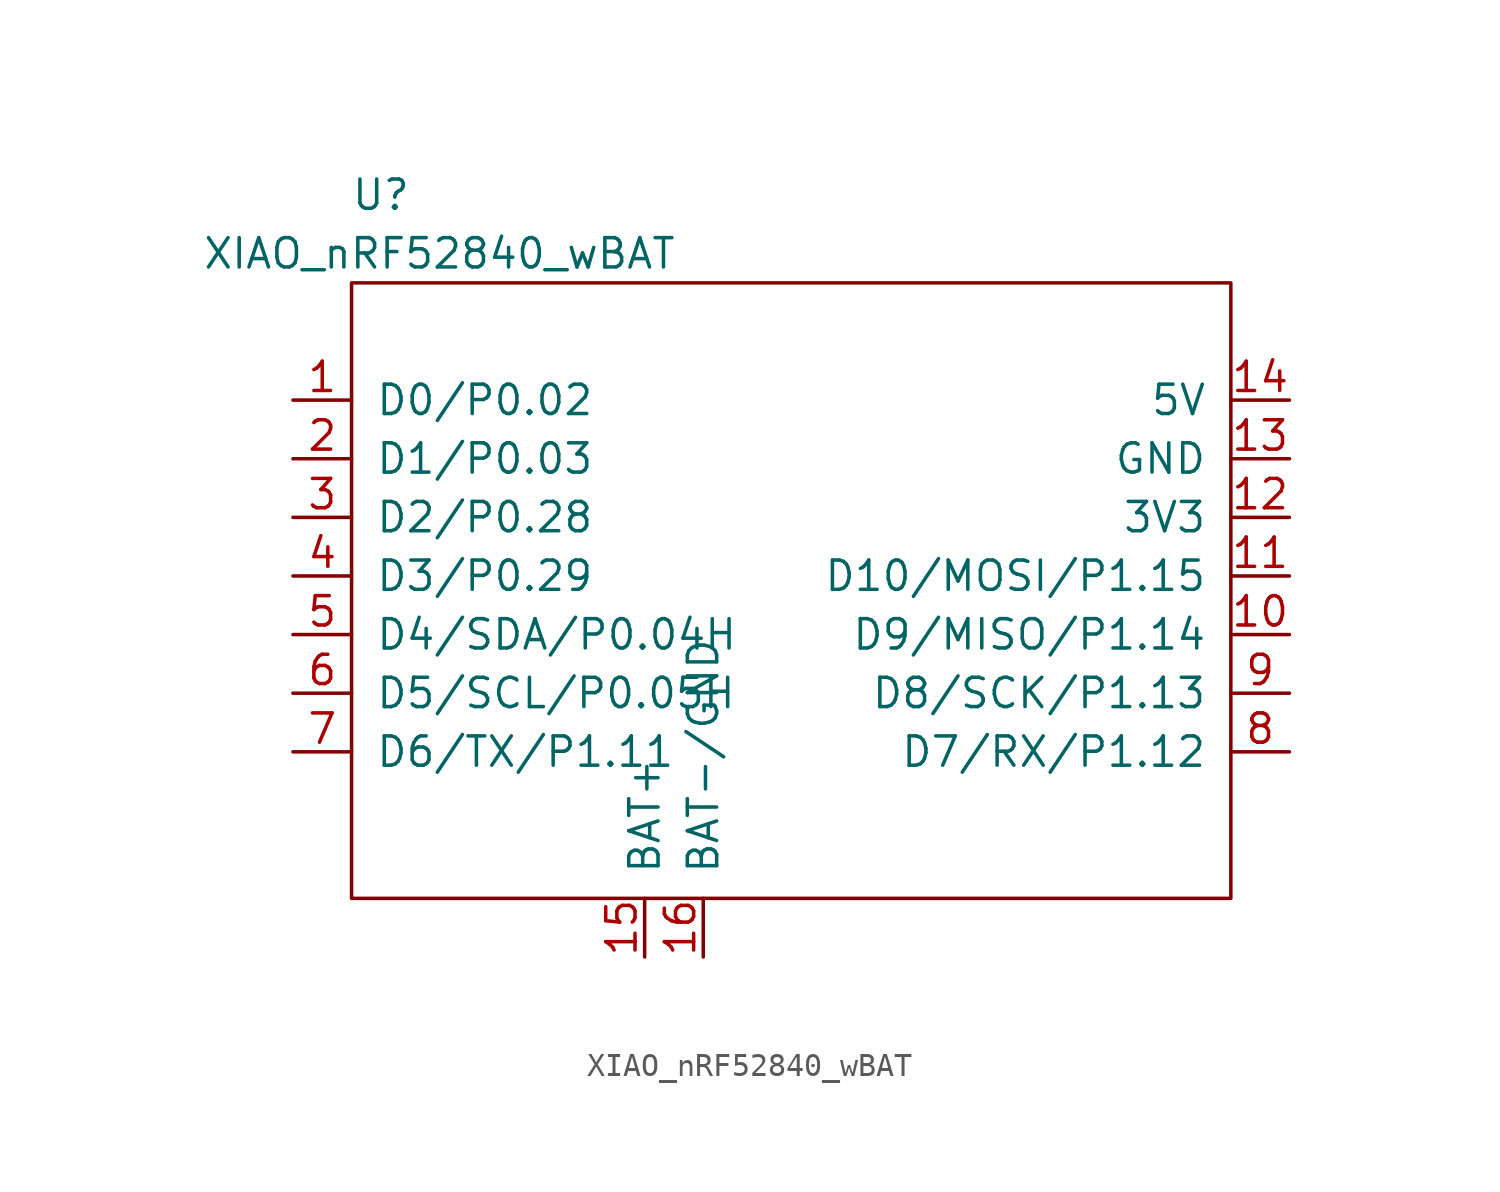
<source format=kicad_sym>
(kicad_symbol_lib
  (version 20220914)
  (generator kicad_symbol_editor)
  (symbol "XIAO_nRF52840_wBAT"
    (pin_names
      (offset 1.016))
    (property "Reference" "U"
      (at -17.78 16.51 0)
      (effects (font (size 1.27 1.27))))
    (property "Value" "XIAO_nRF52840_wBAT"
      (at -15.24 13.97 0)
      (effects (font (size 1.27 1.27))))
    (symbol "XIAO_nRF52840_wBAT_0_1"
      (rectangle (start -19.05 12.7) (end 19.05 -13.97) (stroke (width 0) (type default)) (fill (type none))))
    (symbol "XIAO_nRF52840_wBAT_1_1"
      (pin bidirectional line (at -21.59 7.62 0) (length 2.54) (name "D0/P0.02" (effects (font (size 1.27 1.27)))) (number "1" (effects (font (size 1.27 1.27)))))
      (pin bidirectional line (at 21.59 -2.54 180) (length 2.54) (name "D9/MISO/P1.14" (effects (font (size 1.27 1.27)))) (number "10" (effects (font (size 1.27 1.27)))))
      (pin bidirectional line (at 21.59 0 180) (length 2.54) (name "D10/MOSI/P1.15" (effects (font (size 1.27 1.27)))) (number "11" (effects (font (size 1.27 1.27)))))
      (pin power_in line (at 21.59 2.54 180) (length 2.54) (name "3V3" (effects (font (size 1.27 1.27)))) (number "12" (effects (font (size 1.27 1.27)))))
      (pin power_in line (at 21.59 5.08 180) (length 2.54) (name "GND" (effects (font (size 1.27 1.27)))) (number "13" (effects (font (size 1.27 1.27)))))
      (pin power_in line (at 21.59 7.62 180) (length 2.54) (name "5V" (effects (font (size 1.27 1.27)))) (number "14" (effects (font (size 1.27 1.27)))))
      (pin input line (at -6.35 -16.51 90) (length 2.54) (name "BAT+" (effects (font (size 1.27 1.27)))) (number "15" (effects (font (size 1.27 1.27)))))
      (pin input line (at -3.81 -16.51 90) (length 2.54) (name "BAT-/GND" (effects (font (size 1.27 1.27)))) (number "16" (effects (font (size 1.27 1.27)))))
      (pin bidirectional line (at -21.59 5.08 0) (length 2.54) (name "D1/P0.03" (effects (font (size 1.27 1.27)))) (number "2" (effects (font (size 1.27 1.27)))))
      (pin bidirectional line (at -21.59 2.54 0) (length 2.54) (name "D2/P0.28" (effects (font (size 1.27 1.27)))) (number "3" (effects (font (size 1.27 1.27)))))
      (pin bidirectional line (at -21.59 0 0) (length 2.54) (name "D3/P0.29" (effects (font (size 1.27 1.27)))) (number "4" (effects (font (size 1.27 1.27)))))
      (pin bidirectional line (at -21.59 -2.54 0) (length 2.54) (name "D4/SDA/P0.04H" (effects (font (size 1.27 1.27)))) (number "5" (effects (font (size 1.27 1.27)))))
      (pin bidirectional line (at -21.59 -5.08 0) (length 2.54) (name "D5/SCL/P0.05H" (effects (font (size 1.27 1.27)))) (number "6" (effects (font (size 1.27 1.27)))))
      (pin bidirectional line (at -21.59 -7.62 0) (length 2.54) (name "D6/TX/P1.11" (effects (font (size 1.27 1.27)))) (number "7" (effects (font (size 1.27 1.27)))))
      (pin bidirectional line (at 21.59 -7.62 180) (length 2.54) (name "D7/RX/P1.12" (effects (font (size 1.27 1.27)))) (number "8" (effects (font (size 1.27 1.27)))))
      (pin bidirectional line (at 21.59 -5.08 180) (length 2.54) (name "D8/SCK/P1.13" (effects (font (size 1.27 1.27)))) (number "9" (effects (font (size 1.27 1.27))))))))
</source>
